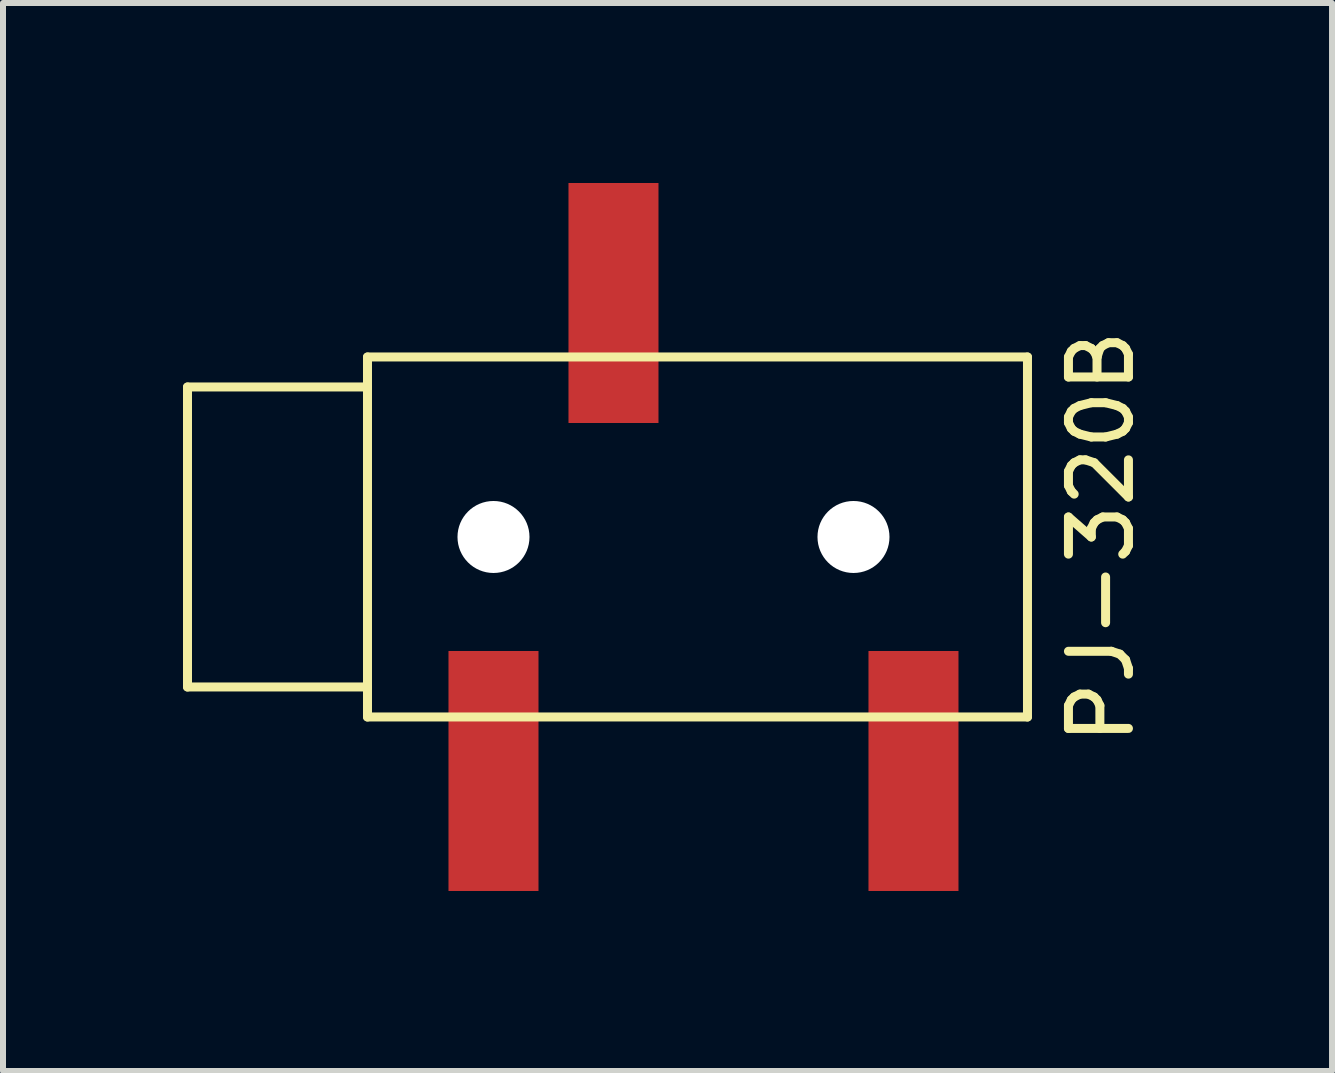
<source format=kicad_pcb>
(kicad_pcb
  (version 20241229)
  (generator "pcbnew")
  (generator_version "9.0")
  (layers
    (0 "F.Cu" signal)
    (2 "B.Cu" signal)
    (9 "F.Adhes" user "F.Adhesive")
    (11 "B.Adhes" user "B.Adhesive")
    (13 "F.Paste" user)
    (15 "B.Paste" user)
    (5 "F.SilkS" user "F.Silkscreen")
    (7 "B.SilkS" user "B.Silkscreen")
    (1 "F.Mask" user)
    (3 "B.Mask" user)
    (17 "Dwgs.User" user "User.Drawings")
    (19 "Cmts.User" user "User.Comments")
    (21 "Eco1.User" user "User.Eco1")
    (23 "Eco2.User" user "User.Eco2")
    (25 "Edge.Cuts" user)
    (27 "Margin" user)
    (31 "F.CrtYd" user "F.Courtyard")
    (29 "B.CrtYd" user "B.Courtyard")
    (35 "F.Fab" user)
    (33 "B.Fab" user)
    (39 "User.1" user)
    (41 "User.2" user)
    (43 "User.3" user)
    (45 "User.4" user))
  (footprint "PJ-320B"
    (layer "F.Cu")
    (at 7.175 5.9)
    (property "Reference" "PJ-320B" (at 8.128 0 90) (layer "F.SilkS") (effects (font (size 1 1) (thickness 0.15))))
    (attr through_hole)
    (fp_line (start -7.1 -2.5) (end -7.1 2.5) (stroke (width 0.15) (type solid)) (layer "F.SilkS"))
    (fp_line (start -4.1 -3) (end -4.1 3) (stroke (width 0.15) (type solid)) (layer "F.SilkS"))
    (fp_line (start -4.1 -3) (end 6.9 -3) (stroke (width 0.15) (type solid)) (layer "F.SilkS"))
    (fp_line (start -4.1 -2.5) (end -7.1 -2.5) (stroke (width 0.15) (type solid)) (layer "F.SilkS"))
    (fp_line (start -4.1 2.5) (end -7.1 2.5) (stroke (width 0.15) (type solid)) (layer "F.SilkS"))
    (fp_line (start -4.1 3) (end 6.9 3) (stroke (width 0.15) (type solid)) (layer "F.SilkS"))
    (fp_line (start 6.9 -3) (end 6.9 3) (stroke (width 0.15) (type solid)) (layer "F.SilkS"))
    (pad "" np_thru_hole circle (at -2 0) (size 1.2 1.2) (drill 1.2) (layers "*.Cu" "*.Mask"))
    (pad "" np_thru_hole circle (at 4 0) (size 1.2 1.2) (drill 1.2) (layers "*.Cu" "*.Mask"))
    (pad "1" smd rect (at 5 3.9) (size 1.5 4) (layers "F.Cu" "F.Mask" "F.Paste"))
    (pad "2" smd rect (at 0 -3.9) (size 1.5 4) (layers "F.Cu" "F.Mask" "F.Paste"))
    (pad "3" smd rect (at -2 3.9) (size 1.5 4) (layers "F.Cu" "F.Mask" "F.Paste")))
  (gr_rect
    (start -3 -3)
    (end 19.151 14.8)
    (stroke (width 0.1) (type default))
    (fill no)
    (layer "Edge.Cuts")))
</source>
